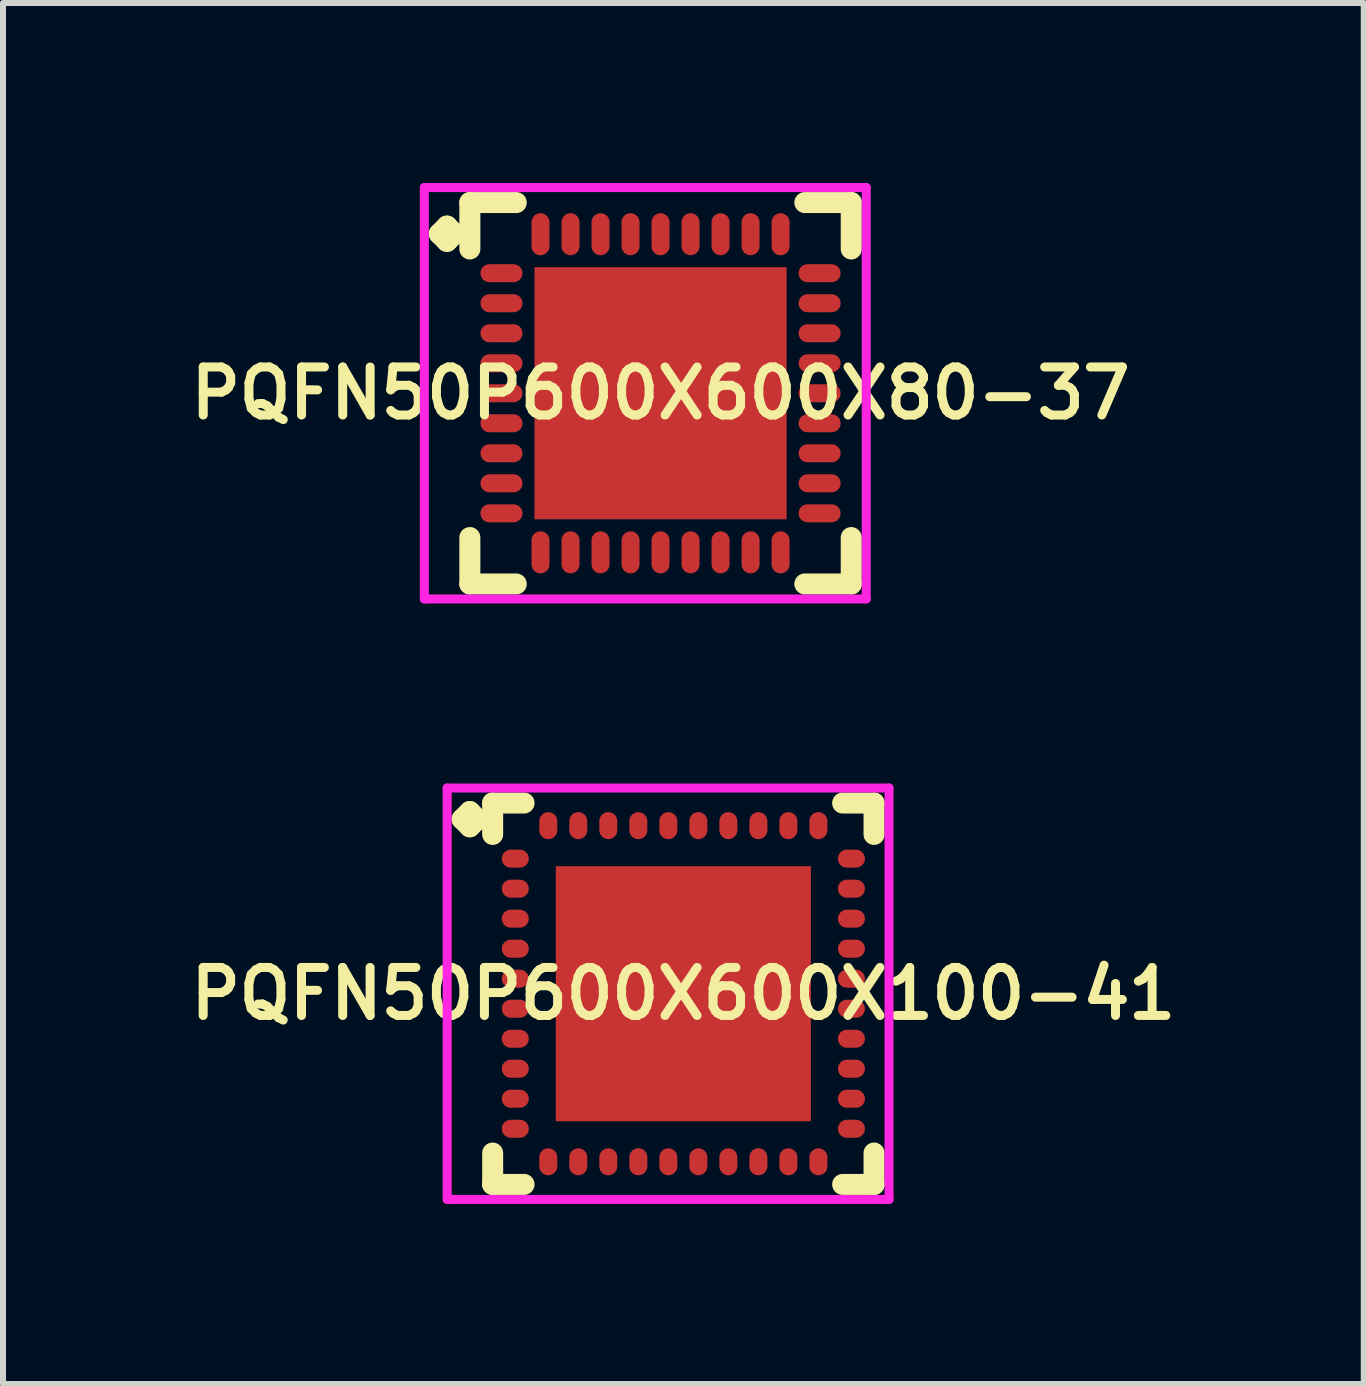
<source format=kicad_pcb>
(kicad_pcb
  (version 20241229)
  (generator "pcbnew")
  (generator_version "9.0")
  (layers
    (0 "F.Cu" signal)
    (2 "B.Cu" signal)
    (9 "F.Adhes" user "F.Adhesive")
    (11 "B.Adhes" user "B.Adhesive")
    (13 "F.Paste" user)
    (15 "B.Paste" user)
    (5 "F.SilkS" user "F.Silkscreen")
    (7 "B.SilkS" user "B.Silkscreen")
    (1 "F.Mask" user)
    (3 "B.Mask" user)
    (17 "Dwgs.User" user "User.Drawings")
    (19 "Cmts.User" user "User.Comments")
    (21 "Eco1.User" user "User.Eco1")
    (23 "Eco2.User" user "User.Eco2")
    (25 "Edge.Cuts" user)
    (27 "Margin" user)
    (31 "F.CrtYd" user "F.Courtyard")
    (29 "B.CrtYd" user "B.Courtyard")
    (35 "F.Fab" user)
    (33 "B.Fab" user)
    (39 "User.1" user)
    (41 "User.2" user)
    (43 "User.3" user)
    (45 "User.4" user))
  (footprint "PQFN50P600X600X100-41"
    (layer "F.Cu")
    (at 8.335 13.506)
    (property "Reference" "PQFN50P600X600X100-41" (at 0 0 0) (layer "F.SilkS") (effects (font (size 0.8 0.8) (thickness 0.15))))
    (attr smd)
    (fp_line (start -3.685 -2.908) (end -3.558 -3.035) (stroke (width 0.35) (type solid)) (layer "F.SilkS"))
    (fp_line (start -3.558 -3.035) (end -3.431 -2.908) (stroke (width 0.35) (type solid)) (layer "F.SilkS"))
    (fp_line (start -3.558 -2.781) (end -3.685 -2.908) (stroke (width 0.35) (type solid)) (layer "F.SilkS"))
    (fp_line (start -3.431 -2.908) (end -3.558 -2.781) (stroke (width 0.35) (type solid)) (layer "F.SilkS"))
    (fp_line (start -3.177 -3.177) (end -2.654 -3.177) (stroke (width 0.35) (type solid)) (layer "F.SilkS"))
    (fp_line (start -3.177 -2.654) (end -3.177 -3.177) (stroke (width 0.35) (type solid)) (layer "F.SilkS"))
    (fp_line (start -3.177 2.654) (end -3.177 3.177) (stroke (width 0.35) (type solid)) (layer "F.SilkS"))
    (fp_line (start -3.177 3.177) (end -2.654 3.177) (stroke (width 0.35) (type solid)) (layer "F.SilkS"))
    (fp_line (start 2.654 -3.177) (end 3.177 -3.177) (stroke (width 0.35) (type solid)) (layer "F.SilkS"))
    (fp_line (start 2.654 3.177) (end 3.177 3.177) (stroke (width 0.35) (type solid)) (layer "F.SilkS"))
    (fp_line (start 3.177 -3.177) (end 3.177 -2.654) (stroke (width 0.35) (type solid)) (layer "F.SilkS"))
    (fp_line (start 3.177 3.177) (end 3.177 2.654) (stroke (width 0.35) (type solid)) (layer "F.SilkS"))
    (fp_line (start -3.935 -3.427) (end 3.427 -3.427) (stroke (width 0.15) (type solid)) (layer "F.CrtYd"))
    (fp_line (start -3.935 3.427) (end -3.935 -3.427) (stroke (width 0.15) (type solid)) (layer "F.CrtYd"))
    (fp_line (start 3.427 -3.427) (end 3.427 3.427) (stroke (width 0.15) (type solid)) (layer "F.CrtYd"))
    (fp_line (start 3.427 3.427) (end -3.935 3.427) (stroke (width 0.15) (type solid)) (layer "F.CrtYd"))
    (pad "1" smd oval (at -2.8 -2.25) (size 0.45 0.3) (layers "F.Cu" "F.Mask" "F.Paste"))
    (pad "2" smd oval (at -2.8 -1.75) (size 0.45 0.3) (layers "F.Cu" "F.Mask" "F.Paste"))
    (pad "3" smd oval (at -2.8 -1.25) (size 0.45 0.3) (layers "F.Cu" "F.Mask" "F.Paste"))
    (pad "4" smd oval (at -2.8 -0.75) (size 0.45 0.3) (layers "F.Cu" "F.Mask" "F.Paste"))
    (pad "5" smd oval (at -2.8 -0.25) (size 0.45 0.3) (layers "F.Cu" "F.Mask" "F.Paste"))
    (pad "6" smd oval (at -2.8 0.25) (size 0.45 0.3) (layers "F.Cu" "F.Mask" "F.Paste"))
    (pad "7" smd oval (at -2.8 0.75) (size 0.45 0.3) (layers "F.Cu" "F.Mask" "F.Paste"))
    (pad "8" smd oval (at -2.8 1.25) (size 0.45 0.3) (layers "F.Cu" "F.Mask" "F.Paste"))
    (pad "9" smd oval (at -2.8 1.75) (size 0.45 0.3) (layers "F.Cu" "F.Mask" "F.Paste"))
    (pad "10" smd oval (at -2.8 2.25) (size 0.45 0.3) (layers "F.Cu" "F.Mask" "F.Paste"))
    (pad "11" smd oval (at -2.25 2.8) (size 0.3 0.45) (layers "F.Cu" "F.Mask" "F.Paste"))
    (pad "12" smd oval (at -1.75 2.8) (size 0.3 0.45) (layers "F.Cu" "F.Mask" "F.Paste"))
    (pad "13" smd oval (at -1.25 2.8) (size 0.3 0.45) (layers "F.Cu" "F.Mask" "F.Paste"))
    (pad "14" smd oval (at -0.75 2.8) (size 0.3 0.45) (layers "F.Cu" "F.Mask" "F.Paste"))
    (pad "15" smd oval (at -0.25 2.8) (size 0.3 0.45) (layers "F.Cu" "F.Mask" "F.Paste"))
    (pad "16" smd oval (at 0.25 2.8) (size 0.3 0.45) (layers "F.Cu" "F.Mask" "F.Paste"))
    (pad "17" smd oval (at 0.75 2.8) (size 0.3 0.45) (layers "F.Cu" "F.Mask" "F.Paste"))
    (pad "18" smd oval (at 1.25 2.8) (size 0.3 0.45) (layers "F.Cu" "F.Mask" "F.Paste"))
    (pad "19" smd oval (at 1.75 2.8) (size 0.3 0.45) (layers "F.Cu" "F.Mask" "F.Paste"))
    (pad "20" smd oval (at 2.25 2.8) (size 0.3 0.45) (layers "F.Cu" "F.Mask" "F.Paste"))
    (pad "21" smd oval (at 2.8 2.25) (size 0.45 0.3) (layers "F.Cu" "F.Mask" "F.Paste"))
    (pad "22" smd oval (at 2.8 1.75) (size 0.45 0.3) (layers "F.Cu" "F.Mask" "F.Paste"))
    (pad "23" smd oval (at 2.8 1.25) (size 0.45 0.3) (layers "F.Cu" "F.Mask" "F.Paste"))
    (pad "24" smd oval (at 2.8 0.75) (size 0.45 0.3) (layers "F.Cu" "F.Mask" "F.Paste"))
    (pad "25" smd oval (at 2.8 0.25) (size 0.45 0.3) (layers "F.Cu" "F.Mask" "F.Paste"))
    (pad "26" smd oval (at 2.8 -0.25) (size 0.45 0.3) (layers "F.Cu" "F.Mask" "F.Paste"))
    (pad "27" smd oval (at 2.8 -0.75) (size 0.45 0.3) (layers "F.Cu" "F.Mask" "F.Paste"))
    (pad "28" smd oval (at 2.8 -1.25) (size 0.45 0.3) (layers "F.Cu" "F.Mask" "F.Paste"))
    (pad "29" smd oval (at 2.8 -1.75) (size 0.45 0.3) (layers "F.Cu" "F.Mask" "F.Paste"))
    (pad "30" smd oval (at 2.8 -2.25) (size 0.45 0.3) (layers "F.Cu" "F.Mask" "F.Paste"))
    (pad "31" smd oval (at 2.25 -2.8) (size 0.3 0.45) (layers "F.Cu" "F.Mask" "F.Paste"))
    (pad "32" smd oval (at 1.75 -2.8) (size 0.3 0.45) (layers "F.Cu" "F.Mask" "F.Paste"))
    (pad "33" smd oval (at 1.25 -2.8) (size 0.3 0.45) (layers "F.Cu" "F.Mask" "F.Paste"))
    (pad "34" smd oval (at 0.75 -2.8) (size 0.3 0.45) (layers "F.Cu" "F.Mask" "F.Paste"))
    (pad "35" smd oval (at 0.25 -2.8) (size 0.3 0.45) (layers "F.Cu" "F.Mask" "F.Paste"))
    (pad "36" smd oval (at -0.25 -2.8) (size 0.3 0.45) (layers "F.Cu" "F.Mask" "F.Paste"))
    (pad "37" smd oval (at -0.75 -2.8) (size 0.3 0.45) (layers "F.Cu" "F.Mask" "F.Paste"))
    (pad "38" smd oval (at -1.25 -2.8) (size 0.3 0.45) (layers "F.Cu" "F.Mask" "F.Paste"))
    (pad "39" smd oval (at -1.75 -2.8) (size 0.3 0.45) (layers "F.Cu" "F.Mask" "F.Paste"))
    (pad "40" smd oval (at -2.25 -2.8) (size 0.3 0.45) (layers "F.Cu" "F.Mask" "F.Paste"))
    (pad "41" smd rect (at 0 0) (size 4.25 4.25) (layers "F.Cu" "F.Mask" "F.Paste")))
  (footprint "PQFN50P600X600X80-37"
    (layer "F.Cu")
    (at 7.955 3.502)
    (property "Reference" "PQFN50P600X600X80-37" (at 0 0 0) (layer "F.SilkS") (effects (font (size 0.8 0.8) (thickness 0.15))))
    (attr smd)
    (fp_line (start -3.685 -2.658) (end -3.558 -2.785) (stroke (width 0.35) (type solid)) (layer "F.SilkS"))
    (fp_line (start -3.558 -2.785) (end -3.431 -2.658) (stroke (width 0.35) (type solid)) (layer "F.SilkS"))
    (fp_line (start -3.558 -2.531) (end -3.685 -2.658) (stroke (width 0.35) (type solid)) (layer "F.SilkS"))
    (fp_line (start -3.431 -2.658) (end -3.558 -2.531) (stroke (width 0.35) (type solid)) (layer "F.SilkS"))
    (fp_line (start -3.177 -3.177) (end -2.404 -3.177) (stroke (width 0.35) (type solid)) (layer "F.SilkS"))
    (fp_line (start -3.177 -2.404) (end -3.177 -3.177) (stroke (width 0.35) (type solid)) (layer "F.SilkS"))
    (fp_line (start -3.177 2.404) (end -3.177 3.177) (stroke (width 0.35) (type solid)) (layer "F.SilkS"))
    (fp_line (start -3.177 3.177) (end -2.404 3.177) (stroke (width 0.35) (type solid)) (layer "F.SilkS"))
    (fp_line (start 2.404 -3.177) (end 3.177 -3.177) (stroke (width 0.35) (type solid)) (layer "F.SilkS"))
    (fp_line (start 2.404 3.177) (end 3.177 3.177) (stroke (width 0.35) (type solid)) (layer "F.SilkS"))
    (fp_line (start 3.177 -3.177) (end 3.177 -2.404) (stroke (width 0.35) (type solid)) (layer "F.SilkS"))
    (fp_line (start 3.177 3.177) (end 3.177 2.404) (stroke (width 0.35) (type solid)) (layer "F.SilkS"))
    (fp_line (start -3.935 -3.427) (end 3.427 -3.427) (stroke (width 0.15) (type solid)) (layer "F.CrtYd"))
    (fp_line (start -3.935 3.427) (end -3.935 -3.427) (stroke (width 0.15) (type solid)) (layer "F.CrtYd"))
    (fp_line (start 3.427 -3.427) (end 3.427 3.427) (stroke (width 0.15) (type solid)) (layer "F.CrtYd"))
    (fp_line (start 3.427 3.427) (end -3.935 3.427) (stroke (width 0.15) (type solid)) (layer "F.CrtYd"))
    (pad "1" smd oval (at -2.65 -2) (size 0.7 0.3) (layers "F.Cu" "F.Mask" "F.Paste"))
    (pad "2" smd oval (at -2.65 -1.5) (size 0.7 0.3) (layers "F.Cu" "F.Mask" "F.Paste"))
    (pad "3" smd oval (at -2.65 -1) (size 0.7 0.3) (layers "F.Cu" "F.Mask" "F.Paste"))
    (pad "4" smd oval (at -2.65 -0.5) (size 0.7 0.3) (layers "F.Cu" "F.Mask" "F.Paste"))
    (pad "5" smd oval (at -2.65 0) (size 0.7 0.3) (layers "F.Cu" "F.Mask" "F.Paste"))
    (pad "6" smd oval (at -2.65 0.5) (size 0.7 0.3) (layers "F.Cu" "F.Mask" "F.Paste"))
    (pad "7" smd oval (at -2.65 1) (size 0.7 0.3) (layers "F.Cu" "F.Mask" "F.Paste"))
    (pad "8" smd oval (at -2.65 1.5) (size 0.7 0.3) (layers "F.Cu" "F.Mask" "F.Paste"))
    (pad "9" smd oval (at -2.65 2) (size 0.7 0.3) (layers "F.Cu" "F.Mask" "F.Paste"))
    (pad "10" smd oval (at -2 2.65) (size 0.3 0.7) (layers "F.Cu" "F.Mask" "F.Paste"))
    (pad "11" smd oval (at -1.5 2.65) (size 0.3 0.7) (layers "F.Cu" "F.Mask" "F.Paste"))
    (pad "12" smd oval (at -1 2.65) (size 0.3 0.7) (layers "F.Cu" "F.Mask" "F.Paste"))
    (pad "13" smd oval (at -0.5 2.65) (size 0.3 0.7) (layers "F.Cu" "F.Mask" "F.Paste"))
    (pad "14" smd oval (at 0 2.65) (size 0.3 0.7) (layers "F.Cu" "F.Mask" "F.Paste"))
    (pad "15" smd oval (at 0.5 2.65) (size 0.3 0.7) (layers "F.Cu" "F.Mask" "F.Paste"))
    (pad "16" smd oval (at 1 2.65) (size 0.3 0.7) (layers "F.Cu" "F.Mask" "F.Paste"))
    (pad "17" smd oval (at 1.5 2.65) (size 0.3 0.7) (layers "F.Cu" "F.Mask" "F.Paste"))
    (pad "18" smd oval (at 2 2.65) (size 0.3 0.7) (layers "F.Cu" "F.Mask" "F.Paste"))
    (pad "19" smd oval (at 2.65 2) (size 0.7 0.3) (layers "F.Cu" "F.Mask" "F.Paste"))
    (pad "20" smd oval (at 2.65 1.5) (size 0.7 0.3) (layers "F.Cu" "F.Mask" "F.Paste"))
    (pad "21" smd oval (at 2.65 1) (size 0.7 0.3) (layers "F.Cu" "F.Mask" "F.Paste"))
    (pad "22" smd oval (at 2.65 0.5) (size 0.7 0.3) (layers "F.Cu" "F.Mask" "F.Paste"))
    (pad "23" smd oval (at 2.65 0) (size 0.7 0.3) (layers "F.Cu" "F.Mask" "F.Paste"))
    (pad "24" smd oval (at 2.65 -0.5) (size 0.7 0.3) (layers "F.Cu" "F.Mask" "F.Paste"))
    (pad "25" smd oval (at 2.65 -1) (size 0.7 0.3) (layers "F.Cu" "F.Mask" "F.Paste"))
    (pad "26" smd oval (at 2.65 -1.5) (size 0.7 0.3) (layers "F.Cu" "F.Mask" "F.Paste"))
    (pad "27" smd oval (at 2.65 -2) (size 0.7 0.3) (layers "F.Cu" "F.Mask" "F.Paste"))
    (pad "28" smd oval (at 2 -2.65) (size 0.3 0.7) (layers "F.Cu" "F.Mask" "F.Paste"))
    (pad "29" smd oval (at 1.5 -2.65) (size 0.3 0.7) (layers "F.Cu" "F.Mask" "F.Paste"))
    (pad "30" smd oval (at 1 -2.65) (size 0.3 0.7) (layers "F.Cu" "F.Mask" "F.Paste"))
    (pad "31" smd oval (at 0.5 -2.65) (size 0.3 0.7) (layers "F.Cu" "F.Mask" "F.Paste"))
    (pad "32" smd oval (at 0 -2.65) (size 0.3 0.7) (layers "F.Cu" "F.Mask" "F.Paste"))
    (pad "33" smd oval (at -0.5 -2.65) (size 0.3 0.7) (layers "F.Cu" "F.Mask" "F.Paste"))
    (pad "34" smd oval (at -1 -2.65) (size 0.3 0.7) (layers "F.Cu" "F.Mask" "F.Paste"))
    (pad "35" smd oval (at -1.5 -2.65) (size 0.3 0.7) (layers "F.Cu" "F.Mask" "F.Paste"))
    (pad "36" smd oval (at -2 -2.65) (size 0.3 0.7) (layers "F.Cu" "F.Mask" "F.Paste"))
    (pad "37" smd rect (at 0 0) (size 4.2 4.2) (layers "F.Cu" "F.Mask" "F.Paste")))
  (gr_rect
    (start -3 -3)
    (end 19.671 20.008)
    (stroke (width 0.1) (type default))
    (fill no)
    (layer "Edge.Cuts")))
</source>
